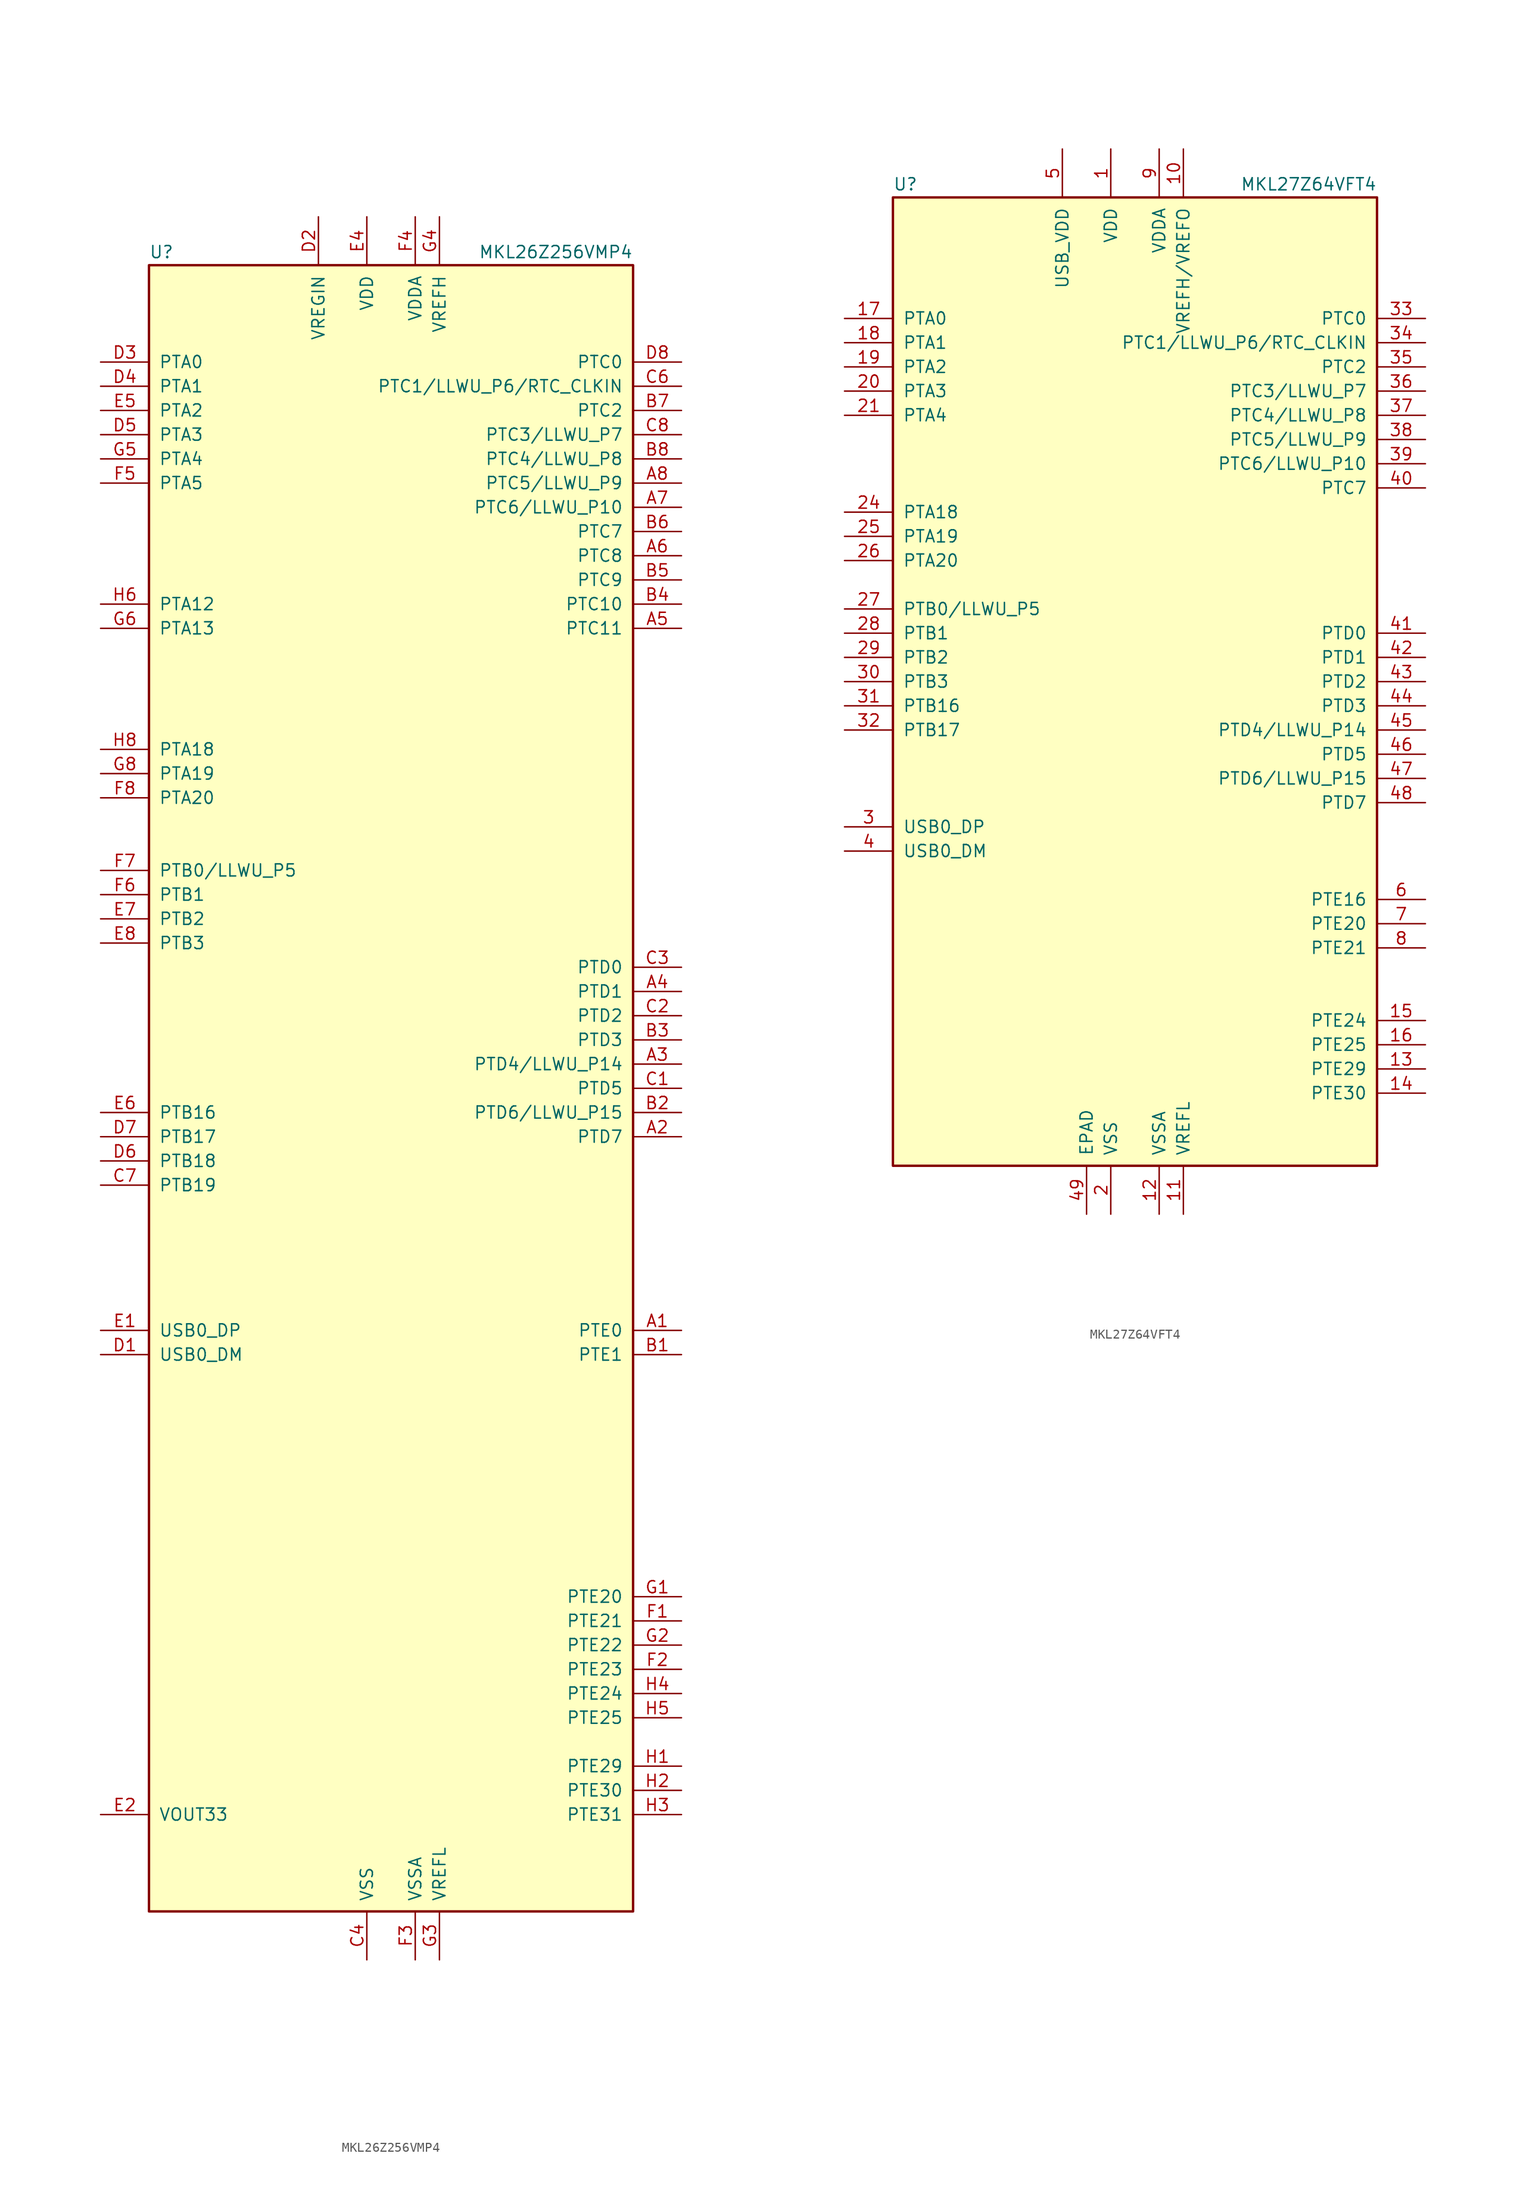
<source format=kicad_sym>
(kicad_symbol_lib
  (version 20241209)
  (generator "kicad_symbol_editor")
  (generator_version "9.0")
  (symbol "MKL26Z256VMP4"
    (pin_names
      (offset 1.016))
    (property "Reference" "U"
      (at -25.4 86.995 0)
      (effects (font (size 1.27 1.27)) (justify left bottom)))
    (property "Value" "MKL26Z256VMP4"
      (at 25.4 86.995 0)
      (effects (font (size 1.27 1.27)) (justify right bottom)))
    (symbol "MKL26Z256VMP4_0_1"
      (rectangle (start -25.4 86.36) (end 25.4 -86.36) (stroke (width 0.254) (type default)) (fill (type background))))
    (symbol "MKL26Z256VMP4_1_1"
      (pin bidirectional line (at -30.48 76.2 0) (length 5.08) (name "PTA0" (effects (font (size 1.27 1.27)))) (number "D3" (effects (font (size 1.27 1.27)))))
      (pin bidirectional line (at -30.48 73.66 0) (length 5.08) (name "PTA1" (effects (font (size 1.27 1.27)))) (number "D4" (effects (font (size 1.27 1.27)))))
      (pin bidirectional line (at -30.48 71.12 0) (length 5.08) (name "PTA2" (effects (font (size 1.27 1.27)))) (number "E5" (effects (font (size 1.27 1.27)))))
      (pin bidirectional line (at -30.48 68.58 0) (length 5.08) (name "PTA3" (effects (font (size 1.27 1.27)))) (number "D5" (effects (font (size 1.27 1.27)))))
      (pin bidirectional line (at -30.48 66.04 0) (length 5.08) (name "PTA4" (effects (font (size 1.27 1.27)))) (number "G5" (effects (font (size 1.27 1.27)))))
      (pin bidirectional line (at -30.48 63.5 0) (length 5.08) (name "PTA5" (effects (font (size 1.27 1.27)))) (number "F5" (effects (font (size 1.27 1.27)))))
      (pin bidirectional line (at -30.48 50.8 0) (length 5.08) (name "PTA12" (effects (font (size 1.27 1.27)))) (number "H6" (effects (font (size 1.27 1.27)))))
      (pin bidirectional line (at -30.48 48.26 0) (length 5.08) (name "PTA13" (effects (font (size 1.27 1.27)))) (number "G6" (effects (font (size 1.27 1.27)))))
      (pin bidirectional line (at -30.48 35.56 0) (length 5.08) (name "PTA18" (effects (font (size 1.27 1.27)))) (number "H8" (effects (font (size 1.27 1.27)))))
      (pin bidirectional line (at -30.48 33.02 0) (length 5.08) (name "PTA19" (effects (font (size 1.27 1.27)))) (number "G8" (effects (font (size 1.27 1.27)))))
      (pin bidirectional line (at -30.48 30.48 0) (length 5.08) (name "PTA20" (effects (font (size 1.27 1.27)))) (number "F8" (effects (font (size 1.27 1.27)))))
      (pin bidirectional line (at -30.48 22.86 0) (length 5.08) (name "PTB0/LLWU_P5" (effects (font (size 1.27 1.27)))) (number "F7" (effects (font (size 1.27 1.27)))))
      (pin bidirectional line (at -30.48 20.32 0) (length 5.08) (name "PTB1" (effects (font (size 1.27 1.27)))) (number "F6" (effects (font (size 1.27 1.27)))))
      (pin bidirectional line (at -30.48 17.78 0) (length 5.08) (name "PTB2" (effects (font (size 1.27 1.27)))) (number "E7" (effects (font (size 1.27 1.27)))))
      (pin bidirectional line (at -30.48 15.24 0) (length 5.08) (name "PTB3" (effects (font (size 1.27 1.27)))) (number "E8" (effects (font (size 1.27 1.27)))))
      (pin bidirectional line (at -30.48 -2.54 0) (length 5.08) (name "PTB16" (effects (font (size 1.27 1.27)))) (number "E6" (effects (font (size 1.27 1.27)))))
      (pin bidirectional line (at -30.48 -5.08 0) (length 5.08) (name "PTB17" (effects (font (size 1.27 1.27)))) (number "D7" (effects (font (size 1.27 1.27)))))
      (pin bidirectional line (at -30.48 -7.62 0) (length 5.08) (name "PTB18" (effects (font (size 1.27 1.27)))) (number "D6" (effects (font (size 1.27 1.27)))))
      (pin bidirectional line (at -30.48 -10.16 0) (length 5.08) (name "PTB19" (effects (font (size 1.27 1.27)))) (number "C7" (effects (font (size 1.27 1.27)))))
      (pin bidirectional line (at -30.48 -25.4 0) (length 5.08) (name "USB0_DP" (effects (font (size 1.27 1.27)))) (number "E1" (effects (font (size 1.27 1.27)))))
      (pin bidirectional line (at -30.48 -27.94 0) (length 5.08) (name "USB0_DM" (effects (font (size 1.27 1.27)))) (number "D1" (effects (font (size 1.27 1.27)))))
      (pin power_out line (at -30.48 -76.2 0) (length 5.08) (name "VOUT33" (effects (font (size 1.27 1.27)))) (number "E2" (effects (font (size 1.27 1.27)))))
      (pin no_connect line (at -15.24 -86.36 90) (length 5.08) (hide yes) (name "NC" (effects (font (size 1.27 1.27)))) (number "C5" (effects (font (size 1.27 1.27)))))
      (pin power_in line (at -7.62 91.44 270) (length 5.08) (name "VREGIN" (effects (font (size 1.27 1.27)))) (number "D2" (effects (font (size 1.27 1.27)))))
      (pin power_in line (at -2.54 91.44 270) (length 5.08) (name "VDD" (effects (font (size 1.27 1.27)))) (number "E4" (effects (font (size 1.27 1.27)))))
      (pin passive line (at -2.54 91.44 270) (length 5.08) (hide yes) (name "VDD" (effects (font (size 1.27 1.27)))) (number "G7" (effects (font (size 1.27 1.27)))))
      (pin power_in line (at -2.54 -91.44 90) (length 5.08) (name "VSS" (effects (font (size 1.27 1.27)))) (number "C4" (effects (font (size 1.27 1.27)))))
      (pin passive line (at -2.54 -91.44 90) (length 5.08) (hide yes) (name "VSS" (effects (font (size 1.27 1.27)))) (number "E3" (effects (font (size 1.27 1.27)))))
      (pin passive line (at -2.54 -91.44 90) (length 5.08) (hide yes) (name "VSS" (effects (font (size 1.27 1.27)))) (number "H7" (effects (font (size 1.27 1.27)))))
      (pin power_in line (at 2.54 91.44 270) (length 5.08) (name "VDDA" (effects (font (size 1.27 1.27)))) (number "F4" (effects (font (size 1.27 1.27)))))
      (pin power_in line (at 2.54 -91.44 90) (length 5.08) (name "VSSA" (effects (font (size 1.27 1.27)))) (number "F3" (effects (font (size 1.27 1.27)))))
      (pin power_in line (at 5.08 91.44 270) (length 5.08) (name "VREFH" (effects (font (size 1.27 1.27)))) (number "G4" (effects (font (size 1.27 1.27)))))
      (pin power_in line (at 5.08 -91.44 90) (length 5.08) (name "VREFL" (effects (font (size 1.27 1.27)))) (number "G3" (effects (font (size 1.27 1.27)))))
      (pin bidirectional line (at 30.48 76.2 180) (length 5.08) (name "PTC0" (effects (font (size 1.27 1.27)))) (number "D8" (effects (font (size 1.27 1.27)))))
      (pin bidirectional line (at 30.48 73.66 180) (length 5.08) (name "PTC1/LLWU_P6/RTC_CLKIN" (effects (font (size 1.27 1.27)))) (number "C6" (effects (font (size 1.27 1.27)))))
      (pin bidirectional line (at 30.48 71.12 180) (length 5.08) (name "PTC2" (effects (font (size 1.27 1.27)))) (number "B7" (effects (font (size 1.27 1.27)))))
      (pin bidirectional line (at 30.48 68.58 180) (length 5.08) (name "PTC3/LLWU_P7" (effects (font (size 1.27 1.27)))) (number "C8" (effects (font (size 1.27 1.27)))))
      (pin bidirectional line (at 30.48 66.04 180) (length 5.08) (name "PTC4/LLWU_P8" (effects (font (size 1.27 1.27)))) (number "B8" (effects (font (size 1.27 1.27)))))
      (pin bidirectional line (at 30.48 63.5 180) (length 5.08) (name "PTC5/LLWU_P9" (effects (font (size 1.27 1.27)))) (number "A8" (effects (font (size 1.27 1.27)))))
      (pin bidirectional line (at 30.48 60.96 180) (length 5.08) (name "PTC6/LLWU_P10" (effects (font (size 1.27 1.27)))) (number "A7" (effects (font (size 1.27 1.27)))))
      (pin bidirectional line (at 30.48 58.42 180) (length 5.08) (name "PTC7" (effects (font (size 1.27 1.27)))) (number "B6" (effects (font (size 1.27 1.27)))))
      (pin bidirectional line (at 30.48 55.88 180) (length 5.08) (name "PTC8" (effects (font (size 1.27 1.27)))) (number "A6" (effects (font (size 1.27 1.27)))))
      (pin bidirectional line (at 30.48 53.34 180) (length 5.08) (name "PTC9" (effects (font (size 1.27 1.27)))) (number "B5" (effects (font (size 1.27 1.27)))))
      (pin bidirectional line (at 30.48 50.8 180) (length 5.08) (name "PTC10" (effects (font (size 1.27 1.27)))) (number "B4" (effects (font (size 1.27 1.27)))))
      (pin bidirectional line (at 30.48 48.26 180) (length 5.08) (name "PTC11" (effects (font (size 1.27 1.27)))) (number "A5" (effects (font (size 1.27 1.27)))))
      (pin bidirectional line (at 30.48 12.7 180) (length 5.08) (name "PTD0" (effects (font (size 1.27 1.27)))) (number "C3" (effects (font (size 1.27 1.27)))))
      (pin bidirectional line (at 30.48 10.16 180) (length 5.08) (name "PTD1" (effects (font (size 1.27 1.27)))) (number "A4" (effects (font (size 1.27 1.27)))))
      (pin bidirectional line (at 30.48 7.62 180) (length 5.08) (name "PTD2" (effects (font (size 1.27 1.27)))) (number "C2" (effects (font (size 1.27 1.27)))))
      (pin bidirectional line (at 30.48 5.08 180) (length 5.08) (name "PTD3" (effects (font (size 1.27 1.27)))) (number "B3" (effects (font (size 1.27 1.27)))))
      (pin bidirectional line (at 30.48 2.54 180) (length 5.08) (name "PTD4/LLWU_P14" (effects (font (size 1.27 1.27)))) (number "A3" (effects (font (size 1.27 1.27)))))
      (pin bidirectional line (at 30.48 0 180) (length 5.08) (name "PTD5" (effects (font (size 1.27 1.27)))) (number "C1" (effects (font (size 1.27 1.27)))))
      (pin bidirectional line (at 30.48 -2.54 180) (length 5.08) (name "PTD6/LLWU_P15" (effects (font (size 1.27 1.27)))) (number "B2" (effects (font (size 1.27 1.27)))))
      (pin bidirectional line (at 30.48 -5.08 180) (length 5.08) (name "PTD7" (effects (font (size 1.27 1.27)))) (number "A2" (effects (font (size 1.27 1.27)))))
      (pin bidirectional line (at 30.48 -25.4 180) (length 5.08) (name "PTE0" (effects (font (size 1.27 1.27)))) (number "A1" (effects (font (size 1.27 1.27)))))
      (pin bidirectional line (at 30.48 -27.94 180) (length 5.08) (name "PTE1" (effects (font (size 1.27 1.27)))) (number "B1" (effects (font (size 1.27 1.27)))))
      (pin bidirectional line (at 30.48 -53.34 180) (length 5.08) (name "PTE20" (effects (font (size 1.27 1.27)))) (number "G1" (effects (font (size 1.27 1.27)))))
      (pin bidirectional line (at 30.48 -55.88 180) (length 5.08) (name "PTE21" (effects (font (size 1.27 1.27)))) (number "F1" (effects (font (size 1.27 1.27)))))
      (pin bidirectional line (at 30.48 -58.42 180) (length 5.08) (name "PTE22" (effects (font (size 1.27 1.27)))) (number "G2" (effects (font (size 1.27 1.27)))))
      (pin bidirectional line (at 30.48 -60.96 180) (length 5.08) (name "PTE23" (effects (font (size 1.27 1.27)))) (number "F2" (effects (font (size 1.27 1.27)))))
      (pin bidirectional line (at 30.48 -63.5 180) (length 5.08) (name "PTE24" (effects (font (size 1.27 1.27)))) (number "H4" (effects (font (size 1.27 1.27)))))
      (pin bidirectional line (at 30.48 -66.04 180) (length 5.08) (name "PTE25" (effects (font (size 1.27 1.27)))) (number "H5" (effects (font (size 1.27 1.27)))))
      (pin bidirectional line (at 30.48 -71.12 180) (length 5.08) (name "PTE29" (effects (font (size 1.27 1.27)))) (number "H1" (effects (font (size 1.27 1.27)))))
      (pin bidirectional line (at 30.48 -73.66 180) (length 5.08) (name "PTE30" (effects (font (size 1.27 1.27)))) (number "H2" (effects (font (size 1.27 1.27)))))
      (pin bidirectional line (at 30.48 -76.2 180) (length 5.08) (name "PTE31" (effects (font (size 1.27 1.27)))) (number "H3" (effects (font (size 1.27 1.27)))))))
  (symbol "MKL27Z64VFT4"
    (pin_names
      (offset 1.016))
    (property "Reference" "U"
      (at -25.4 51.435 0)
      (effects (font (size 1.27 1.27)) (justify left bottom)))
    (property "Value" "MKL27Z64VFT4"
      (at 25.4 51.435 0)
      (effects (font (size 1.27 1.27)) (justify right bottom)))
    (symbol "MKL27Z64VFT4_0_1"
      (rectangle (start -25.4 50.8) (end 25.4 -50.8) (stroke (width 0.254) (type default)) (fill (type background))))
    (symbol "MKL27Z64VFT4_1_1"
      (pin bidirectional line (at -30.48 38.1 0) (length 5.08) (name "PTA0" (effects (font (size 1.27 1.27)))) (number "17" (effects (font (size 1.27 1.27)))))
      (pin bidirectional line (at -30.48 35.56 0) (length 5.08) (name "PTA1" (effects (font (size 1.27 1.27)))) (number "18" (effects (font (size 1.27 1.27)))))
      (pin bidirectional line (at -30.48 33.02 0) (length 5.08) (name "PTA2" (effects (font (size 1.27 1.27)))) (number "19" (effects (font (size 1.27 1.27)))))
      (pin bidirectional line (at -30.48 30.48 0) (length 5.08) (name "PTA3" (effects (font (size 1.27 1.27)))) (number "20" (effects (font (size 1.27 1.27)))))
      (pin bidirectional line (at -30.48 27.94 0) (length 5.08) (name "PTA4" (effects (font (size 1.27 1.27)))) (number "21" (effects (font (size 1.27 1.27)))))
      (pin bidirectional line (at -30.48 17.78 0) (length 5.08) (name "PTA18" (effects (font (size 1.27 1.27)))) (number "24" (effects (font (size 1.27 1.27)))))
      (pin bidirectional line (at -30.48 15.24 0) (length 5.08) (name "PTA19" (effects (font (size 1.27 1.27)))) (number "25" (effects (font (size 1.27 1.27)))))
      (pin bidirectional line (at -30.48 12.7 0) (length 5.08) (name "PTA20" (effects (font (size 1.27 1.27)))) (number "26" (effects (font (size 1.27 1.27)))))
      (pin bidirectional line (at -30.48 7.62 0) (length 5.08) (name "PTB0/LLWU_P5" (effects (font (size 1.27 1.27)))) (number "27" (effects (font (size 1.27 1.27)))))
      (pin bidirectional line (at -30.48 5.08 0) (length 5.08) (name "PTB1" (effects (font (size 1.27 1.27)))) (number "28" (effects (font (size 1.27 1.27)))))
      (pin bidirectional line (at -30.48 2.54 0) (length 5.08) (name "PTB2" (effects (font (size 1.27 1.27)))) (number "29" (effects (font (size 1.27 1.27)))))
      (pin bidirectional line (at -30.48 0 0) (length 5.08) (name "PTB3" (effects (font (size 1.27 1.27)))) (number "30" (effects (font (size 1.27 1.27)))))
      (pin bidirectional line (at -30.48 -2.54 0) (length 5.08) (name "PTB16" (effects (font (size 1.27 1.27)))) (number "31" (effects (font (size 1.27 1.27)))))
      (pin bidirectional line (at -30.48 -5.08 0) (length 5.08) (name "PTB17" (effects (font (size 1.27 1.27)))) (number "32" (effects (font (size 1.27 1.27)))))
      (pin bidirectional line (at -30.48 -15.24 0) (length 5.08) (name "USB0_DP" (effects (font (size 1.27 1.27)))) (number "3" (effects (font (size 1.27 1.27)))))
      (pin bidirectional line (at -30.48 -17.78 0) (length 5.08) (name "USB0_DM" (effects (font (size 1.27 1.27)))) (number "4" (effects (font (size 1.27 1.27)))))
      (pin power_in line (at -7.62 55.88 270) (length 5.08) (name "USB_VDD" (effects (font (size 1.27 1.27)))) (number "5" (effects (font (size 1.27 1.27)))))
      (pin power_in line (at -5.08 -55.88 90) (length 5.08) (name "EPAD" (effects (font (size 1.27 1.27)))) (number "49" (effects (font (size 1.27 1.27)))))
      (pin power_in line (at -2.54 55.88 270) (length 5.08) (name "VDD" (effects (font (size 1.27 1.27)))) (number "1" (effects (font (size 1.27 1.27)))))
      (pin passive line (at -2.54 55.88 270) (length 5.08) (hide yes) (name "VDD" (effects (font (size 1.27 1.27)))) (number "22" (effects (font (size 1.27 1.27)))))
      (pin power_in line (at -2.54 -55.88 90) (length 5.08) (name "VSS" (effects (font (size 1.27 1.27)))) (number "2" (effects (font (size 1.27 1.27)))))
      (pin passive line (at -2.54 -55.88 90) (length 5.08) (hide yes) (name "VSS" (effects (font (size 1.27 1.27)))) (number "23" (effects (font (size 1.27 1.27)))))
      (pin power_in line (at 2.54 55.88 270) (length 5.08) (name "VDDA" (effects (font (size 1.27 1.27)))) (number "9" (effects (font (size 1.27 1.27)))))
      (pin power_in line (at 2.54 -55.88 90) (length 5.08) (name "VSSA" (effects (font (size 1.27 1.27)))) (number "12" (effects (font (size 1.27 1.27)))))
      (pin power_in line (at 5.08 55.88 270) (length 5.08) (name "VREFH/VREFO" (effects (font (size 1.27 1.27)))) (number "10" (effects (font (size 1.27 1.27)))))
      (pin power_in line (at 5.08 -55.88 90) (length 5.08) (name "VREFL" (effects (font (size 1.27 1.27)))) (number "11" (effects (font (size 1.27 1.27)))))
      (pin bidirectional line (at 30.48 38.1 180) (length 5.08) (name "PTC0" (effects (font (size 1.27 1.27)))) (number "33" (effects (font (size 1.27 1.27)))))
      (pin bidirectional line (at 30.48 35.56 180) (length 5.08) (name "PTC1/LLWU_P6/RTC_CLKIN" (effects (font (size 1.27 1.27)))) (number "34" (effects (font (size 1.27 1.27)))))
      (pin bidirectional line (at 30.48 33.02 180) (length 5.08) (name "PTC2" (effects (font (size 1.27 1.27)))) (number "35" (effects (font (size 1.27 1.27)))))
      (pin bidirectional line (at 30.48 30.48 180) (length 5.08) (name "PTC3/LLWU_P7" (effects (font (size 1.27 1.27)))) (number "36" (effects (font (size 1.27 1.27)))))
      (pin bidirectional line (at 30.48 27.94 180) (length 5.08) (name "PTC4/LLWU_P8" (effects (font (size 1.27 1.27)))) (number "37" (effects (font (size 1.27 1.27)))))
      (pin bidirectional line (at 30.48 25.4 180) (length 5.08) (name "PTC5/LLWU_P9" (effects (font (size 1.27 1.27)))) (number "38" (effects (font (size 1.27 1.27)))))
      (pin bidirectional line (at 30.48 22.86 180) (length 5.08) (name "PTC6/LLWU_P10" (effects (font (size 1.27 1.27)))) (number "39" (effects (font (size 1.27 1.27)))))
      (pin bidirectional line (at 30.48 20.32 180) (length 5.08) (name "PTC7" (effects (font (size 1.27 1.27)))) (number "40" (effects (font (size 1.27 1.27)))))
      (pin bidirectional line (at 30.48 5.08 180) (length 5.08) (name "PTD0" (effects (font (size 1.27 1.27)))) (number "41" (effects (font (size 1.27 1.27)))))
      (pin bidirectional line (at 30.48 2.54 180) (length 5.08) (name "PTD1" (effects (font (size 1.27 1.27)))) (number "42" (effects (font (size 1.27 1.27)))))
      (pin bidirectional line (at 30.48 0 180) (length 5.08) (name "PTD2" (effects (font (size 1.27 1.27)))) (number "43" (effects (font (size 1.27 1.27)))))
      (pin bidirectional line (at 30.48 -2.54 180) (length 5.08) (name "PTD3" (effects (font (size 1.27 1.27)))) (number "44" (effects (font (size 1.27 1.27)))))
      (pin bidirectional line (at 30.48 -5.08 180) (length 5.08) (name "PTD4/LLWU_P14" (effects (font (size 1.27 1.27)))) (number "45" (effects (font (size 1.27 1.27)))))
      (pin bidirectional line (at 30.48 -7.62 180) (length 5.08) (name "PTD5" (effects (font (size 1.27 1.27)))) (number "46" (effects (font (size 1.27 1.27)))))
      (pin bidirectional line (at 30.48 -10.16 180) (length 5.08) (name "PTD6/LLWU_P15" (effects (font (size 1.27 1.27)))) (number "47" (effects (font (size 1.27 1.27)))))
      (pin bidirectional line (at 30.48 -12.7 180) (length 5.08) (name "PTD7" (effects (font (size 1.27 1.27)))) (number "48" (effects (font (size 1.27 1.27)))))
      (pin bidirectional line (at 30.48 -22.86 180) (length 5.08) (name "PTE16" (effects (font (size 1.27 1.27)))) (number "6" (effects (font (size 1.27 1.27)))))
      (pin bidirectional line (at 30.48 -25.4 180) (length 5.08) (name "PTE20" (effects (font (size 1.27 1.27)))) (number "7" (effects (font (size 1.27 1.27)))))
      (pin bidirectional line (at 30.48 -27.94 180) (length 5.08) (name "PTE21" (effects (font (size 1.27 1.27)))) (number "8" (effects (font (size 1.27 1.27)))))
      (pin bidirectional line (at 30.48 -35.56 180) (length 5.08) (name "PTE24" (effects (font (size 1.27 1.27)))) (number "15" (effects (font (size 1.27 1.27)))))
      (pin bidirectional line (at 30.48 -38.1 180) (length 5.08) (name "PTE25" (effects (font (size 1.27 1.27)))) (number "16" (effects (font (size 1.27 1.27)))))
      (pin bidirectional line (at 30.48 -40.64 180) (length 5.08) (name "PTE29" (effects (font (size 1.27 1.27)))) (number "13" (effects (font (size 1.27 1.27)))))
      (pin bidirectional line (at 30.48 -43.18 180) (length 5.08) (name "PTE30" (effects (font (size 1.27 1.27)))) (number "14" (effects (font (size 1.27 1.27))))))))
</source>
